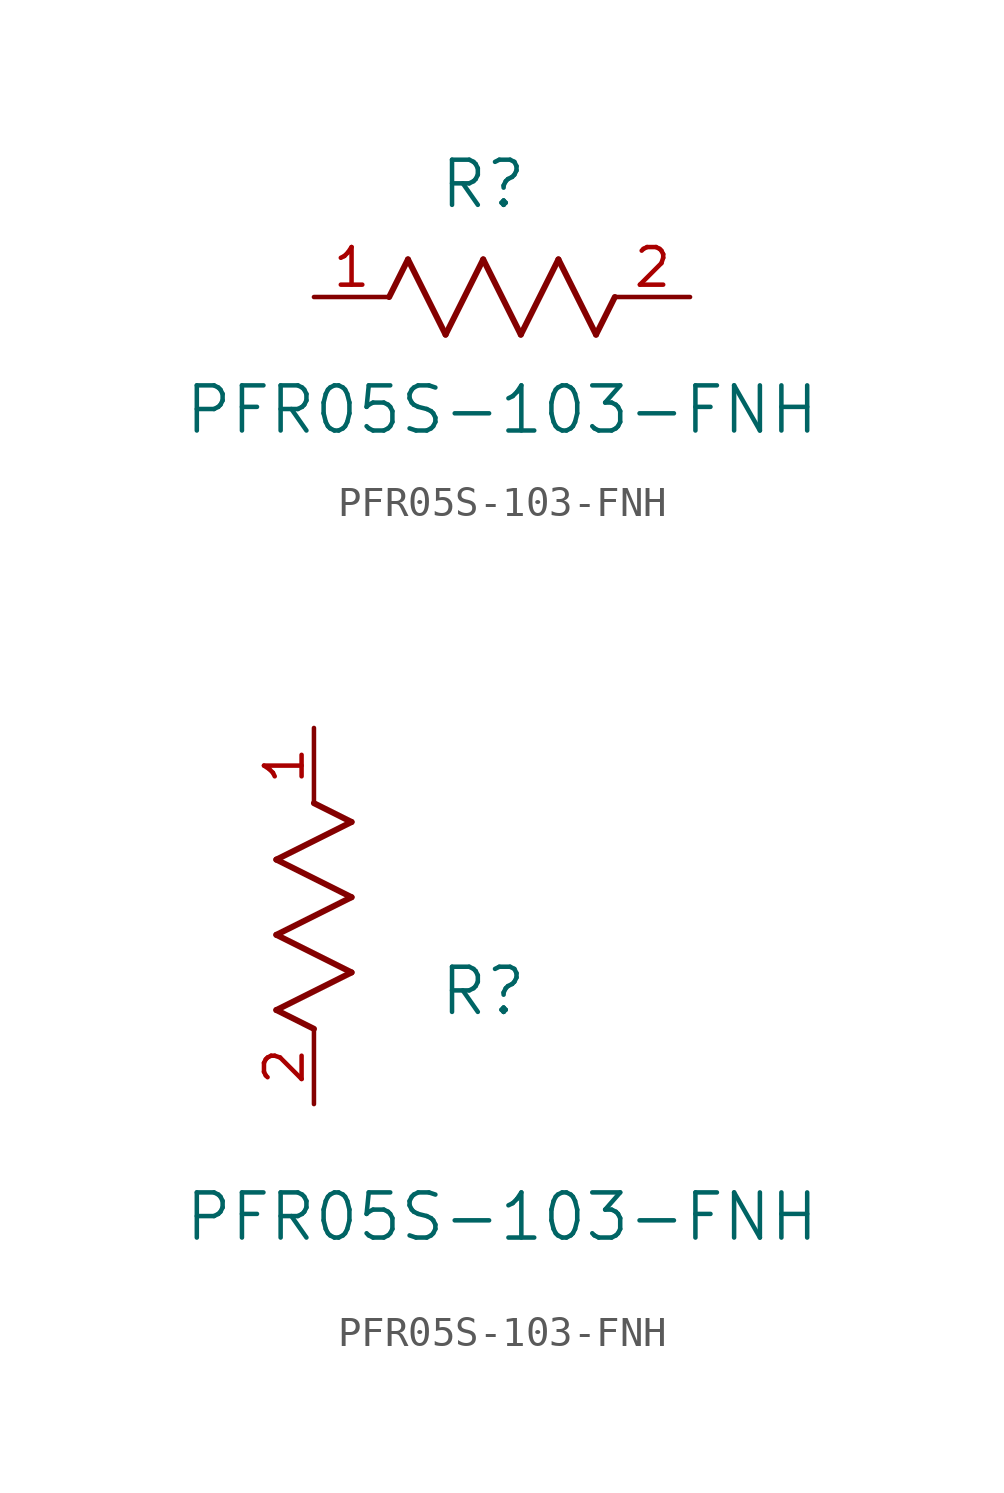
<source format=kicad_sym>
(kicad_symbol_lib
  (version 20211014)
  (generator kicad_symbol_editor)
  (symbol "PFR05S-103-FNH"
    (pin_names
      (offset 0.254))
    (property "Reference" "R"
      (at 5.715 3.81 0)
      (effects (font (size 1.524 1.524))))
    (property "Value" "PFR05S-103-FNH"
      (at 6.35 -3.81 0)
      (effects (font (size 1.524 1.524))))
    (symbol "PFR05S-103-FNH_1_1"
      (polyline (pts (xy 3.175 1.27) (xy 4.445 -1.27)) (stroke (width 0.203) (type default) (color 0 0 0 0)) (fill (type none)))
      (polyline (pts (xy 4.445 -1.27) (xy 5.715 1.27)) (stroke (width 0.203) (type default) (color 0 0 0 0)) (fill (type none)))
      (polyline (pts (xy 5.715 1.27) (xy 6.985 -1.27)) (stroke (width 0.203) (type default) (color 0 0 0 0)) (fill (type none)))
      (polyline (pts (xy 6.985 -1.27) (xy 8.255 1.27)) (stroke (width 0.203) (type default) (color 0 0 0 0)) (fill (type none)))
      (polyline (pts (xy 8.255 1.27) (xy 9.525 -1.27)) (stroke (width 0.203) (type default) (color 0 0 0 0)) (fill (type none)))
      (polyline (pts (xy 2.54 0) (xy 3.175 1.27)) (stroke (width 0.203) (type default) (color 0 0 0 0)) (fill (type none)))
      (polyline (pts (xy 9.525 -1.27) (xy 10.16 0)) (stroke (width 0.203) (type default) (color 0 0 0 0)) (fill (type none)))
      (pin unspecified line (at 0 0 0) (length 2.54) (name "" (effects (font (size 1.27 1.27)))) (number "1" (effects (font (size 1.27 1.27)))))
      (pin unspecified line (at 12.7 0 180) (length 2.54) (name "" (effects (font (size 1.27 1.27)))) (number "2" (effects (font (size 1.27 1.27))))))
    (symbol "PFR05S-103-FNH_1_2"
      (polyline (pts (xy 0 2.54) (xy -1.27 3.175)) (stroke (width 0.203) (type default) (color 0 0 0 0)) (fill (type none)))
      (polyline (pts (xy -1.27 3.175) (xy 1.27 4.445)) (stroke (width 0.203) (type default) (color 0 0 0 0)) (fill (type none)))
      (polyline (pts (xy 1.27 4.445) (xy -1.27 5.715)) (stroke (width 0.203) (type default) (color 0 0 0 0)) (fill (type none)))
      (polyline (pts (xy -1.27 5.715) (xy 1.27 6.985)) (stroke (width 0.203) (type default) (color 0 0 0 0)) (fill (type none)))
      (polyline (pts (xy -1.27 8.255) (xy 1.27 9.525)) (stroke (width 0.203) (type default) (color 0 0 0 0)) (fill (type none)))
      (polyline (pts (xy 1.27 9.525) (xy 0 10.16)) (stroke (width 0.203) (type default) (color 0 0 0 0)) (fill (type none)))
      (polyline (pts (xy 1.27 6.985) (xy -1.27 8.255)) (stroke (width 0.203) (type default) (color 0 0 0 0)) (fill (type none)))
      (pin unspecified line (at 0 12.7 270) (length 2.54) (name "" (effects (font (size 1.27 1.27)))) (number "1" (effects (font (size 1.27 1.27)))))
      (pin unspecified line (at 0 0 90) (length 2.54) (name "" (effects (font (size 1.27 1.27)))) (number "2" (effects (font (size 1.27 1.27))))))))
</source>
